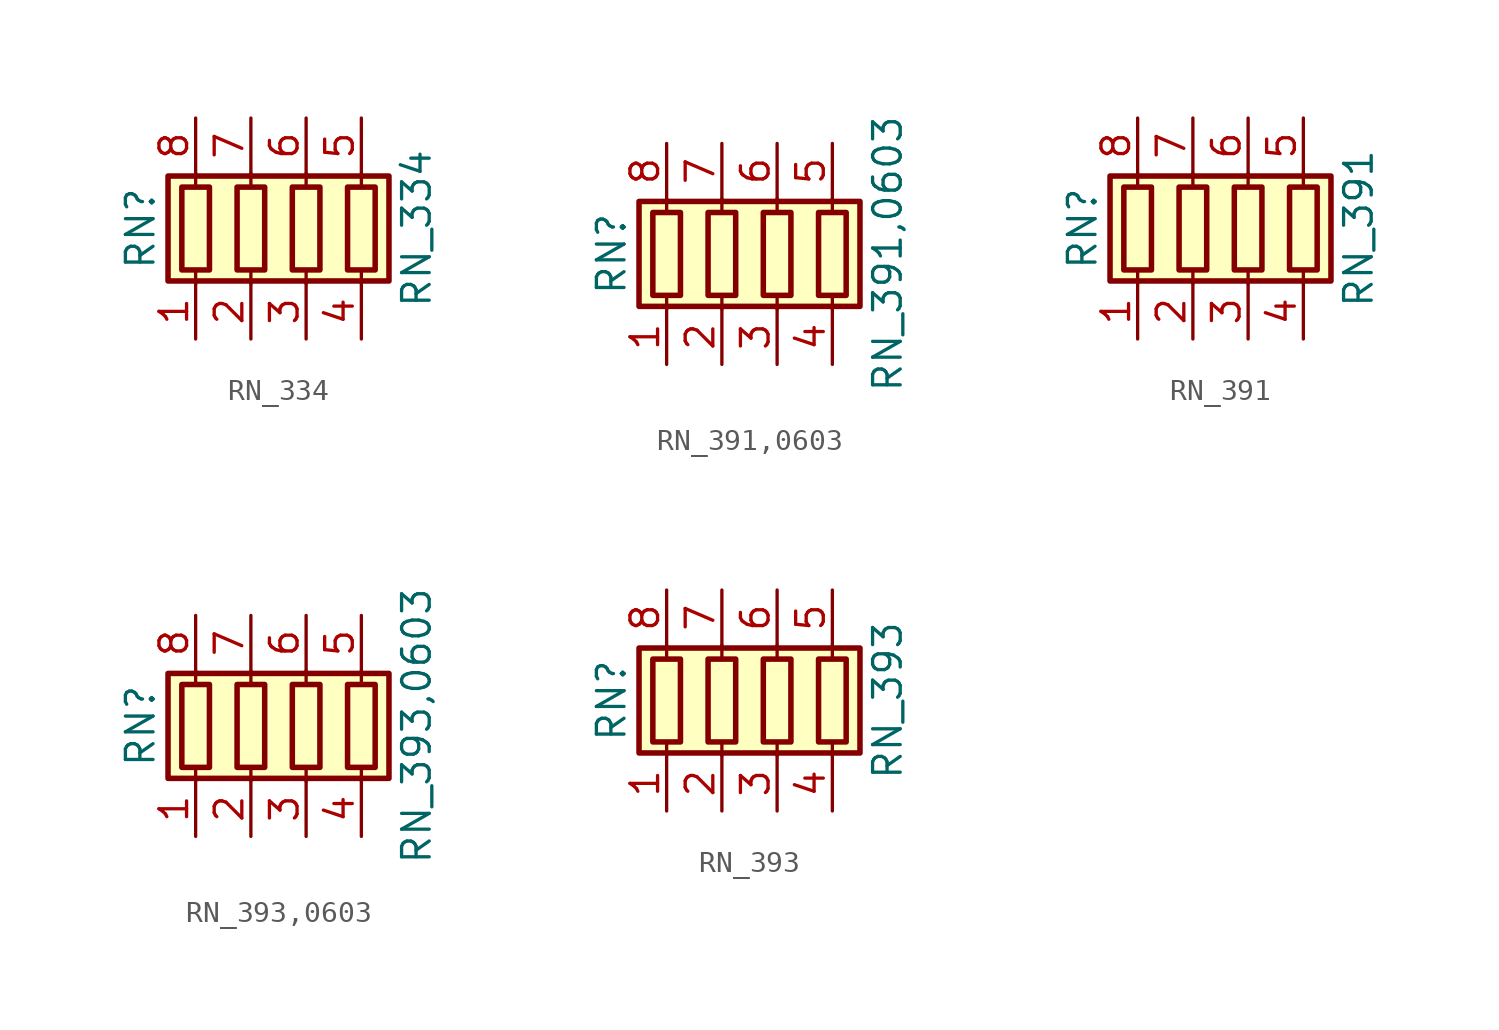
<source format=kicad_sym>
(kicad_symbol_lib
  (version 20211014)
  (generator kicad_symbol_editor)
  (symbol "RN_334"
    (pin_names
      (offset 0) hide)
    (property "Reference" "RN"
      (at -7.62 0 90)
      (effects (font (size 1.27 1.27))))
    (property "Value" "RN_334"
      (at 5.08 0 90)
      (effects (font (size 1.27 1.27))))
    (symbol "RN_334_0_1"
      (rectangle (start -6.35 -2.413) (end 3.81 2.413) (stroke (width 0.254) (type default) (color 0 0 0 0)) (fill (type background)))
      (rectangle (start -5.715 1.905) (end -4.445 -1.905) (stroke (width 0.254) (type default) (color 0 0 0 0)) (fill (type none)))
      (rectangle (start -3.175 1.905) (end -1.905 -1.905) (stroke (width 0.254) (type default) (color 0 0 0 0)) (fill (type none)))
      (rectangle (start -0.635 1.905) (end 0.635 -1.905) (stroke (width 0.254) (type default) (color 0 0 0 0)) (fill (type none)))
      (polyline (pts (xy -5.08 -2.54) (xy -5.08 -1.905)) (stroke (width 0) (type default) (color 0 0 0 0)) (fill (type none)))
      (polyline (pts (xy -5.08 1.905) (xy -5.08 2.54)) (stroke (width 0) (type default) (color 0 0 0 0)) (fill (type none)))
      (polyline (pts (xy -2.54 -2.54) (xy -2.54 -1.905)) (stroke (width 0) (type default) (color 0 0 0 0)) (fill (type none)))
      (polyline (pts (xy -2.54 1.905) (xy -2.54 2.54)) (stroke (width 0) (type default) (color 0 0 0 0)) (fill (type none)))
      (polyline (pts (xy 0 -2.54) (xy 0 -1.905)) (stroke (width 0) (type default) (color 0 0 0 0)) (fill (type none)))
      (polyline (pts (xy 0 1.905) (xy 0 2.54)) (stroke (width 0) (type default) (color 0 0 0 0)) (fill (type none)))
      (polyline (pts (xy 2.54 -2.54) (xy 2.54 -1.905)) (stroke (width 0) (type default) (color 0 0 0 0)) (fill (type none)))
      (polyline (pts (xy 2.54 1.905) (xy 2.54 2.54)) (stroke (width 0) (type default) (color 0 0 0 0)) (fill (type none)))
      (rectangle (start 1.905 1.905) (end 3.175 -1.905) (stroke (width 0.254) (type default) (color 0 0 0 0)) (fill (type none))))
    (symbol "RN_334_1_1"
      (pin passive line (at -5.08 -5.08 90) (length 2.54) (name "R1.1" (effects (font (size 1.27 1.27)))) (number "1" (effects (font (size 1.27 1.27)))))
      (pin passive line (at -2.54 -5.08 90) (length 2.54) (name "R2.1" (effects (font (size 1.27 1.27)))) (number "2" (effects (font (size 1.27 1.27)))))
      (pin passive line (at 0 -5.08 90) (length 2.54) (name "R3.1" (effects (font (size 1.27 1.27)))) (number "3" (effects (font (size 1.27 1.27)))))
      (pin passive line (at 2.54 -5.08 90) (length 2.54) (name "R4.1" (effects (font (size 1.27 1.27)))) (number "4" (effects (font (size 1.27 1.27)))))
      (pin passive line (at 2.54 5.08 270) (length 2.54) (name "R4.2" (effects (font (size 1.27 1.27)))) (number "5" (effects (font (size 1.27 1.27)))))
      (pin passive line (at 0 5.08 270) (length 2.54) (name "R3.2" (effects (font (size 1.27 1.27)))) (number "6" (effects (font (size 1.27 1.27)))))
      (pin passive line (at -2.54 5.08 270) (length 2.54) (name "R2.2" (effects (font (size 1.27 1.27)))) (number "7" (effects (font (size 1.27 1.27)))))
      (pin passive line (at -5.08 5.08 270) (length 2.54) (name "R1.2" (effects (font (size 1.27 1.27)))) (number "8" (effects (font (size 1.27 1.27)))))))
  (symbol "RN_391,0603"
    (pin_names
      (offset 0) hide)
    (property "Reference" "RN"
      (at -7.62 0 90)
      (effects (font (size 1.27 1.27))))
    (property "Value" "RN_391,0603"
      (at 5.08 0 90)
      (effects (font (size 1.27 1.27))))
    (symbol "RN_391,0603_0_1"
      (rectangle (start -6.35 -2.413) (end 3.81 2.413) (stroke (width 0.254) (type default) (color 0 0 0 0)) (fill (type background)))
      (rectangle (start -5.715 1.905) (end -4.445 -1.905) (stroke (width 0.254) (type default) (color 0 0 0 0)) (fill (type none)))
      (rectangle (start -3.175 1.905) (end -1.905 -1.905) (stroke (width 0.254) (type default) (color 0 0 0 0)) (fill (type none)))
      (rectangle (start -0.635 1.905) (end 0.635 -1.905) (stroke (width 0.254) (type default) (color 0 0 0 0)) (fill (type none)))
      (polyline (pts (xy -5.08 -2.54) (xy -5.08 -1.905)) (stroke (width 0) (type default) (color 0 0 0 0)) (fill (type none)))
      (polyline (pts (xy -5.08 1.905) (xy -5.08 2.54)) (stroke (width 0) (type default) (color 0 0 0 0)) (fill (type none)))
      (polyline (pts (xy -2.54 -2.54) (xy -2.54 -1.905)) (stroke (width 0) (type default) (color 0 0 0 0)) (fill (type none)))
      (polyline (pts (xy -2.54 1.905) (xy -2.54 2.54)) (stroke (width 0) (type default) (color 0 0 0 0)) (fill (type none)))
      (polyline (pts (xy 0 -2.54) (xy 0 -1.905)) (stroke (width 0) (type default) (color 0 0 0 0)) (fill (type none)))
      (polyline (pts (xy 0 1.905) (xy 0 2.54)) (stroke (width 0) (type default) (color 0 0 0 0)) (fill (type none)))
      (polyline (pts (xy 2.54 -2.54) (xy 2.54 -1.905)) (stroke (width 0) (type default) (color 0 0 0 0)) (fill (type none)))
      (polyline (pts (xy 2.54 1.905) (xy 2.54 2.54)) (stroke (width 0) (type default) (color 0 0 0 0)) (fill (type none)))
      (rectangle (start 1.905 1.905) (end 3.175 -1.905) (stroke (width 0.254) (type default) (color 0 0 0 0)) (fill (type none))))
    (symbol "RN_391,0603_1_1"
      (pin passive line (at -5.08 -5.08 90) (length 2.54) (name "R1.1" (effects (font (size 1.27 1.27)))) (number "1" (effects (font (size 1.27 1.27)))))
      (pin passive line (at -2.54 -5.08 90) (length 2.54) (name "R2.1" (effects (font (size 1.27 1.27)))) (number "2" (effects (font (size 1.27 1.27)))))
      (pin passive line (at 0 -5.08 90) (length 2.54) (name "R3.1" (effects (font (size 1.27 1.27)))) (number "3" (effects (font (size 1.27 1.27)))))
      (pin passive line (at 2.54 -5.08 90) (length 2.54) (name "R4.1" (effects (font (size 1.27 1.27)))) (number "4" (effects (font (size 1.27 1.27)))))
      (pin passive line (at 2.54 5.08 270) (length 2.54) (name "R4.2" (effects (font (size 1.27 1.27)))) (number "5" (effects (font (size 1.27 1.27)))))
      (pin passive line (at 0 5.08 270) (length 2.54) (name "R3.2" (effects (font (size 1.27 1.27)))) (number "6" (effects (font (size 1.27 1.27)))))
      (pin passive line (at -2.54 5.08 270) (length 2.54) (name "R2.2" (effects (font (size 1.27 1.27)))) (number "7" (effects (font (size 1.27 1.27)))))
      (pin passive line (at -5.08 5.08 270) (length 2.54) (name "R1.2" (effects (font (size 1.27 1.27)))) (number "8" (effects (font (size 1.27 1.27)))))))
  (symbol "RN_391"
    (pin_names
      (offset 0) hide)
    (property "Reference" "RN"
      (at -7.62 0 90)
      (effects (font (size 1.27 1.27))))
    (property "Value" "RN_391"
      (at 5.08 0 90)
      (effects (font (size 1.27 1.27))))
    (symbol "RN_391_0_1"
      (rectangle (start -6.35 -2.413) (end 3.81 2.413) (stroke (width 0.254) (type default) (color 0 0 0 0)) (fill (type background)))
      (rectangle (start -5.715 1.905) (end -4.445 -1.905) (stroke (width 0.254) (type default) (color 0 0 0 0)) (fill (type none)))
      (rectangle (start -3.175 1.905) (end -1.905 -1.905) (stroke (width 0.254) (type default) (color 0 0 0 0)) (fill (type none)))
      (rectangle (start -0.635 1.905) (end 0.635 -1.905) (stroke (width 0.254) (type default) (color 0 0 0 0)) (fill (type none)))
      (polyline (pts (xy -5.08 -2.54) (xy -5.08 -1.905)) (stroke (width 0) (type default) (color 0 0 0 0)) (fill (type none)))
      (polyline (pts (xy -5.08 1.905) (xy -5.08 2.54)) (stroke (width 0) (type default) (color 0 0 0 0)) (fill (type none)))
      (polyline (pts (xy -2.54 -2.54) (xy -2.54 -1.905)) (stroke (width 0) (type default) (color 0 0 0 0)) (fill (type none)))
      (polyline (pts (xy -2.54 1.905) (xy -2.54 2.54)) (stroke (width 0) (type default) (color 0 0 0 0)) (fill (type none)))
      (polyline (pts (xy 0 -2.54) (xy 0 -1.905)) (stroke (width 0) (type default) (color 0 0 0 0)) (fill (type none)))
      (polyline (pts (xy 0 1.905) (xy 0 2.54)) (stroke (width 0) (type default) (color 0 0 0 0)) (fill (type none)))
      (polyline (pts (xy 2.54 -2.54) (xy 2.54 -1.905)) (stroke (width 0) (type default) (color 0 0 0 0)) (fill (type none)))
      (polyline (pts (xy 2.54 1.905) (xy 2.54 2.54)) (stroke (width 0) (type default) (color 0 0 0 0)) (fill (type none)))
      (rectangle (start 1.905 1.905) (end 3.175 -1.905) (stroke (width 0.254) (type default) (color 0 0 0 0)) (fill (type none))))
    (symbol "RN_391_1_1"
      (pin passive line (at -5.08 -5.08 90) (length 2.54) (name "R1.1" (effects (font (size 1.27 1.27)))) (number "1" (effects (font (size 1.27 1.27)))))
      (pin passive line (at -2.54 -5.08 90) (length 2.54) (name "R2.1" (effects (font (size 1.27 1.27)))) (number "2" (effects (font (size 1.27 1.27)))))
      (pin passive line (at 0 -5.08 90) (length 2.54) (name "R3.1" (effects (font (size 1.27 1.27)))) (number "3" (effects (font (size 1.27 1.27)))))
      (pin passive line (at 2.54 -5.08 90) (length 2.54) (name "R4.1" (effects (font (size 1.27 1.27)))) (number "4" (effects (font (size 1.27 1.27)))))
      (pin passive line (at 2.54 5.08 270) (length 2.54) (name "R4.2" (effects (font (size 1.27 1.27)))) (number "5" (effects (font (size 1.27 1.27)))))
      (pin passive line (at 0 5.08 270) (length 2.54) (name "R3.2" (effects (font (size 1.27 1.27)))) (number "6" (effects (font (size 1.27 1.27)))))
      (pin passive line (at -2.54 5.08 270) (length 2.54) (name "R2.2" (effects (font (size 1.27 1.27)))) (number "7" (effects (font (size 1.27 1.27)))))
      (pin passive line (at -5.08 5.08 270) (length 2.54) (name "R1.2" (effects (font (size 1.27 1.27)))) (number "8" (effects (font (size 1.27 1.27)))))))
  (symbol "RN_393,0603"
    (pin_names
      (offset 0) hide)
    (property "Reference" "RN"
      (at -7.62 0 90)
      (effects (font (size 1.27 1.27))))
    (property "Value" "RN_393,0603"
      (at 5.08 0 90)
      (effects (font (size 1.27 1.27))))
    (symbol "RN_393,0603_0_1"
      (rectangle (start -6.35 -2.413) (end 3.81 2.413) (stroke (width 0.254) (type default) (color 0 0 0 0)) (fill (type background)))
      (rectangle (start -5.715 1.905) (end -4.445 -1.905) (stroke (width 0.254) (type default) (color 0 0 0 0)) (fill (type none)))
      (rectangle (start -3.175 1.905) (end -1.905 -1.905) (stroke (width 0.254) (type default) (color 0 0 0 0)) (fill (type none)))
      (rectangle (start -0.635 1.905) (end 0.635 -1.905) (stroke (width 0.254) (type default) (color 0 0 0 0)) (fill (type none)))
      (polyline (pts (xy -5.08 -2.54) (xy -5.08 -1.905)) (stroke (width 0) (type default) (color 0 0 0 0)) (fill (type none)))
      (polyline (pts (xy -5.08 1.905) (xy -5.08 2.54)) (stroke (width 0) (type default) (color 0 0 0 0)) (fill (type none)))
      (polyline (pts (xy -2.54 -2.54) (xy -2.54 -1.905)) (stroke (width 0) (type default) (color 0 0 0 0)) (fill (type none)))
      (polyline (pts (xy -2.54 1.905) (xy -2.54 2.54)) (stroke (width 0) (type default) (color 0 0 0 0)) (fill (type none)))
      (polyline (pts (xy 0 -2.54) (xy 0 -1.905)) (stroke (width 0) (type default) (color 0 0 0 0)) (fill (type none)))
      (polyline (pts (xy 0 1.905) (xy 0 2.54)) (stroke (width 0) (type default) (color 0 0 0 0)) (fill (type none)))
      (polyline (pts (xy 2.54 -2.54) (xy 2.54 -1.905)) (stroke (width 0) (type default) (color 0 0 0 0)) (fill (type none)))
      (polyline (pts (xy 2.54 1.905) (xy 2.54 2.54)) (stroke (width 0) (type default) (color 0 0 0 0)) (fill (type none)))
      (rectangle (start 1.905 1.905) (end 3.175 -1.905) (stroke (width 0.254) (type default) (color 0 0 0 0)) (fill (type none))))
    (symbol "RN_393,0603_1_1"
      (pin passive line (at -5.08 -5.08 90) (length 2.54) (name "R1.1" (effects (font (size 1.27 1.27)))) (number "1" (effects (font (size 1.27 1.27)))))
      (pin passive line (at -2.54 -5.08 90) (length 2.54) (name "R2.1" (effects (font (size 1.27 1.27)))) (number "2" (effects (font (size 1.27 1.27)))))
      (pin passive line (at 0 -5.08 90) (length 2.54) (name "R3.1" (effects (font (size 1.27 1.27)))) (number "3" (effects (font (size 1.27 1.27)))))
      (pin passive line (at 2.54 -5.08 90) (length 2.54) (name "R4.1" (effects (font (size 1.27 1.27)))) (number "4" (effects (font (size 1.27 1.27)))))
      (pin passive line (at 2.54 5.08 270) (length 2.54) (name "R4.2" (effects (font (size 1.27 1.27)))) (number "5" (effects (font (size 1.27 1.27)))))
      (pin passive line (at 0 5.08 270) (length 2.54) (name "R3.2" (effects (font (size 1.27 1.27)))) (number "6" (effects (font (size 1.27 1.27)))))
      (pin passive line (at -2.54 5.08 270) (length 2.54) (name "R2.2" (effects (font (size 1.27 1.27)))) (number "7" (effects (font (size 1.27 1.27)))))
      (pin passive line (at -5.08 5.08 270) (length 2.54) (name "R1.2" (effects (font (size 1.27 1.27)))) (number "8" (effects (font (size 1.27 1.27)))))))
  (symbol "RN_393"
    (pin_names
      (offset 0) hide)
    (property "Reference" "RN"
      (at -7.62 0 90)
      (effects (font (size 1.27 1.27))))
    (property "Value" "RN_393"
      (at 5.08 0 90)
      (effects (font (size 1.27 1.27))))
    (symbol "RN_393_0_1"
      (rectangle (start -6.35 -2.413) (end 3.81 2.413) (stroke (width 0.254) (type default) (color 0 0 0 0)) (fill (type background)))
      (rectangle (start -5.715 1.905) (end -4.445 -1.905) (stroke (width 0.254) (type default) (color 0 0 0 0)) (fill (type none)))
      (rectangle (start -3.175 1.905) (end -1.905 -1.905) (stroke (width 0.254) (type default) (color 0 0 0 0)) (fill (type none)))
      (rectangle (start -0.635 1.905) (end 0.635 -1.905) (stroke (width 0.254) (type default) (color 0 0 0 0)) (fill (type none)))
      (polyline (pts (xy -5.08 -2.54) (xy -5.08 -1.905)) (stroke (width 0) (type default) (color 0 0 0 0)) (fill (type none)))
      (polyline (pts (xy -5.08 1.905) (xy -5.08 2.54)) (stroke (width 0) (type default) (color 0 0 0 0)) (fill (type none)))
      (polyline (pts (xy -2.54 -2.54) (xy -2.54 -1.905)) (stroke (width 0) (type default) (color 0 0 0 0)) (fill (type none)))
      (polyline (pts (xy -2.54 1.905) (xy -2.54 2.54)) (stroke (width 0) (type default) (color 0 0 0 0)) (fill (type none)))
      (polyline (pts (xy 0 -2.54) (xy 0 -1.905)) (stroke (width 0) (type default) (color 0 0 0 0)) (fill (type none)))
      (polyline (pts (xy 0 1.905) (xy 0 2.54)) (stroke (width 0) (type default) (color 0 0 0 0)) (fill (type none)))
      (polyline (pts (xy 2.54 -2.54) (xy 2.54 -1.905)) (stroke (width 0) (type default) (color 0 0 0 0)) (fill (type none)))
      (polyline (pts (xy 2.54 1.905) (xy 2.54 2.54)) (stroke (width 0) (type default) (color 0 0 0 0)) (fill (type none)))
      (rectangle (start 1.905 1.905) (end 3.175 -1.905) (stroke (width 0.254) (type default) (color 0 0 0 0)) (fill (type none))))
    (symbol "RN_393_1_1"
      (pin passive line (at -5.08 -5.08 90) (length 2.54) (name "R1.1" (effects (font (size 1.27 1.27)))) (number "1" (effects (font (size 1.27 1.27)))))
      (pin passive line (at -2.54 -5.08 90) (length 2.54) (name "R2.1" (effects (font (size 1.27 1.27)))) (number "2" (effects (font (size 1.27 1.27)))))
      (pin passive line (at 0 -5.08 90) (length 2.54) (name "R3.1" (effects (font (size 1.27 1.27)))) (number "3" (effects (font (size 1.27 1.27)))))
      (pin passive line (at 2.54 -5.08 90) (length 2.54) (name "R4.1" (effects (font (size 1.27 1.27)))) (number "4" (effects (font (size 1.27 1.27)))))
      (pin passive line (at 2.54 5.08 270) (length 2.54) (name "R4.2" (effects (font (size 1.27 1.27)))) (number "5" (effects (font (size 1.27 1.27)))))
      (pin passive line (at 0 5.08 270) (length 2.54) (name "R3.2" (effects (font (size 1.27 1.27)))) (number "6" (effects (font (size 1.27 1.27)))))
      (pin passive line (at -2.54 5.08 270) (length 2.54) (name "R2.2" (effects (font (size 1.27 1.27)))) (number "7" (effects (font (size 1.27 1.27)))))
      (pin passive line (at -5.08 5.08 270) (length 2.54) (name "R1.2" (effects (font (size 1.27 1.27)))) (number "8" (effects (font (size 1.27 1.27))))))))
</source>
